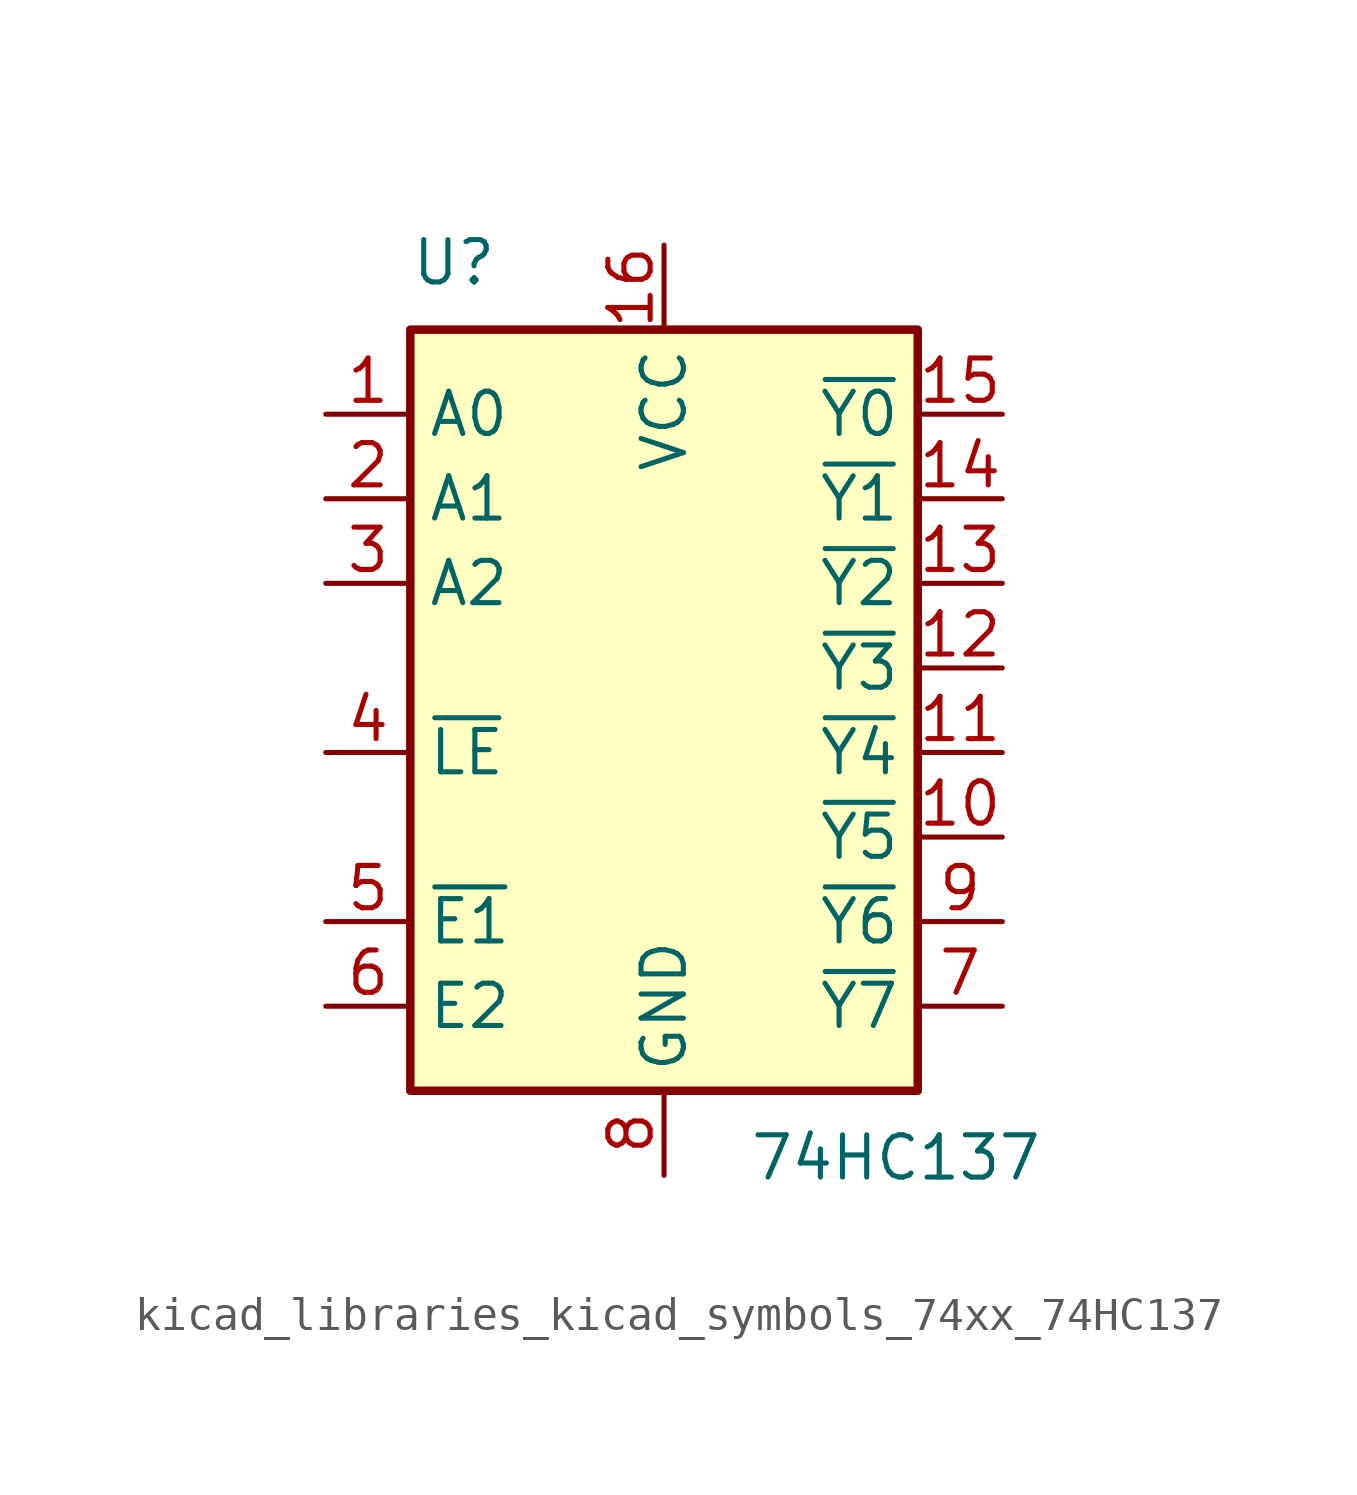
<source format=kicad_sym>
(kicad_symbol_lib
  (version 20220914)
  (generator kicad_symbol_editor)
  (symbol "kicad_libraries_kicad_symbols_74xx_74HC137"
    (property "Reference" "U"
      (at -7.62 13.97 0)
      (effects (font (size 1.27 1.27)) (justify left bottom)))
    (property "Value" "74HC137"
      (at 2.54 -11.43 0)
      (effects (font (size 1.27 1.27)) (justify left top)))
    (symbol "kicad_libraries_kicad_symbols_74xx_74HC137_0_1"
      (rectangle (start -7.62 12.7) (end 7.62 -10.16) (stroke (width 0.254) (type default)) (fill (type background))))
    (symbol "kicad_libraries_kicad_symbols_74xx_74HC137_1_1"
      (pin input line (at -10.16 10.16 0) (length 2.54) (name "A0" (effects (font (size 1.27 1.27)))) (number "1" (effects (font (size 1.27 1.27)))))
      (pin output line (at 10.16 -2.54 180) (length 2.54) (name "~{Y5}" (effects (font (size 1.27 1.27)))) (number "10" (effects (font (size 1.27 1.27)))))
      (pin output line (at 10.16 0 180) (length 2.54) (name "~{Y4}" (effects (font (size 1.27 1.27)))) (number "11" (effects (font (size 1.27 1.27)))))
      (pin output line (at 10.16 2.54 180) (length 2.54) (name "~{Y3}" (effects (font (size 1.27 1.27)))) (number "12" (effects (font (size 1.27 1.27)))))
      (pin output line (at 10.16 5.08 180) (length 2.54) (name "~{Y2}" (effects (font (size 1.27 1.27)))) (number "13" (effects (font (size 1.27 1.27)))))
      (pin output line (at 10.16 7.62 180) (length 2.54) (name "~{Y1}" (effects (font (size 1.27 1.27)))) (number "14" (effects (font (size 1.27 1.27)))))
      (pin output line (at 10.16 10.16 180) (length 2.54) (name "~{Y0}" (effects (font (size 1.27 1.27)))) (number "15" (effects (font (size 1.27 1.27)))))
      (pin power_in line (at 0 15.24 270) (length 2.54) (name "VCC" (effects (font (size 1.27 1.27)))) (number "16" (effects (font (size 1.27 1.27)))))
      (pin input line (at -10.16 7.62 0) (length 2.54) (name "A1" (effects (font (size 1.27 1.27)))) (number "2" (effects (font (size 1.27 1.27)))))
      (pin input line (at -10.16 5.08 0) (length 2.54) (name "A2" (effects (font (size 1.27 1.27)))) (number "3" (effects (font (size 1.27 1.27)))))
      (pin input line (at -10.16 0 0) (length 2.54) (name "~{LE}" (effects (font (size 1.27 1.27)))) (number "4" (effects (font (size 1.27 1.27)))))
      (pin input line (at -10.16 -5.08 0) (length 2.54) (name "~{E1}" (effects (font (size 1.27 1.27)))) (number "5" (effects (font (size 1.27 1.27)))))
      (pin input line (at -10.16 -7.62 0) (length 2.54) (name "E2" (effects (font (size 1.27 1.27)))) (number "6" (effects (font (size 1.27 1.27)))))
      (pin output line (at 10.16 -7.62 180) (length 2.54) (name "~{Y7}" (effects (font (size 1.27 1.27)))) (number "7" (effects (font (size 1.27 1.27)))))
      (pin power_in line (at 0 -12.7 90) (length 2.54) (name "GND" (effects (font (size 1.27 1.27)))) (number "8" (effects (font (size 1.27 1.27)))))
      (pin output line (at 10.16 -5.08 180) (length 2.54) (name "~{Y6}" (effects (font (size 1.27 1.27)))) (number "9" (effects (font (size 1.27 1.27))))))))
</source>
